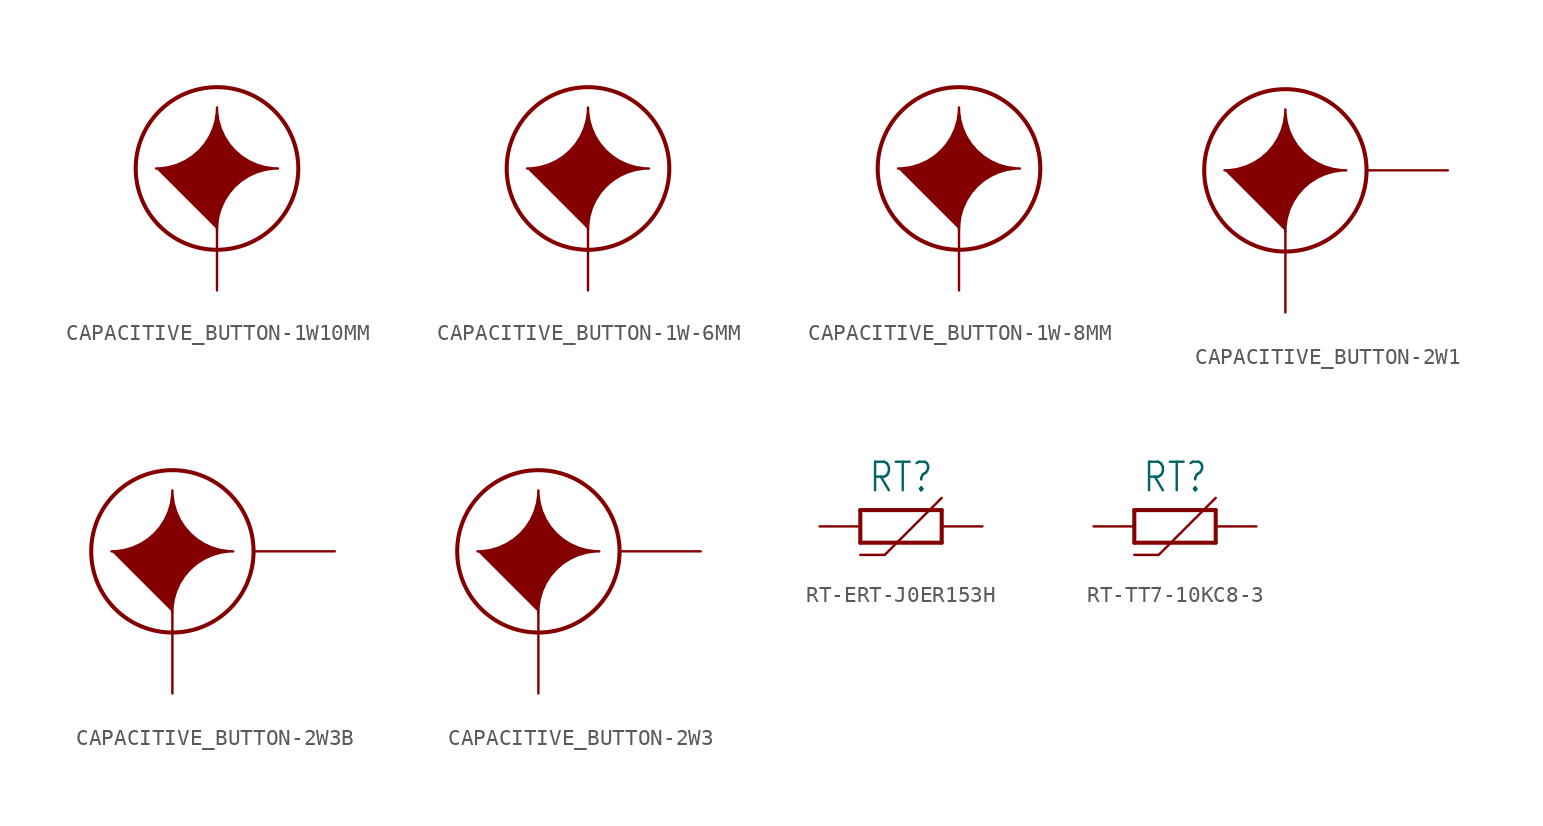
<source format=kicad_sym>
(kicad_symbol_lib
  (version 20231120)
  (generator "kicad_symbol_editor")
  (generator_version "8.0")
  (symbol "CAPACITIVE_BUTTON-1W10MM"
    (property "Reference" "SW"
      (at 0 0 0)
      (effects (font (size 1.27 1.27)) (hide yes)))
    (property "ki_locked" ""
      (at 0 0 0)
      (effects (font (size 1.27 1.27))))
    (symbol "CAPACITIVE_BUTTON-1W10MM_1_0"
      (polyline (pts (xy 0 -3.81) (xy 0.005 -3.538) (xy 0.082 -2.999) (xy 0.236 -2.477) (xy 0.462 -1.982) (xy 0.756 -1.524) (xy 1.113 -1.113) (xy 1.524 -0.756) (xy 1.982 -0.462) (xy 2.477 -0.236) (xy 2.999 -0.082) (xy 3.538 -0.005) (xy 3.81 0) (xy 3.538 0.005) (xy 2.999 0.082) (xy 2.477 0.236) (xy 1.982 0.462) (xy 1.524 0.756) (xy 1.113 1.113) (xy 0.756 1.524) (xy 0.462 1.982) (xy 0.236 2.477) (xy 0.082 2.999) (xy 0.005 3.538) (xy 0 3.81) (xy -0.005 3.538) (xy -0.082 2.999) (xy -0.235 2.477) (xy -0.462 1.982) (xy -0.756 1.524) (xy -1.112 1.112) (xy -1.524 0.756) (xy -1.982 0.462) (xy -2.477 0.235) (xy -2.999 0.082) (xy -3.538 0.005) (xy -3.81 0)) (stroke (width 0.152) (type solid)) (fill (type outline)))
      (circle (center 0 0) (radius 5.08) (stroke (width 0.254) (type solid)) (fill (type none)))
      (pin bidirectional line (at 0 -7.62 90) (length 5.08) (name "TB" (effects (font (size 0 0)))) (number "TCH" (effects (font (size 0 0)))))))
  (symbol "CAPACITIVE_BUTTON-1W-6MM"
    (property "Reference" "SW"
      (at 0 0 0)
      (effects (font (size 1.27 1.27)) (hide yes)))
    (property "ki_locked" ""
      (at 0 0 0)
      (effects (font (size 1.27 1.27))))
    (symbol "CAPACITIVE_BUTTON-1W-6MM_1_0"
      (polyline (pts (xy 0 -3.81) (xy 0.005 -3.538) (xy 0.082 -2.999) (xy 0.236 -2.477) (xy 0.462 -1.982) (xy 0.756 -1.524) (xy 1.113 -1.113) (xy 1.524 -0.756) (xy 1.982 -0.462) (xy 2.477 -0.236) (xy 2.999 -0.082) (xy 3.538 -0.005) (xy 3.81 0) (xy 3.538 0.005) (xy 2.999 0.082) (xy 2.477 0.236) (xy 1.982 0.462) (xy 1.524 0.756) (xy 1.113 1.113) (xy 0.756 1.524) (xy 0.462 1.982) (xy 0.236 2.477) (xy 0.082 2.999) (xy 0.005 3.538) (xy 0 3.81) (xy -0.005 3.538) (xy -0.082 2.999) (xy -0.235 2.477) (xy -0.462 1.982) (xy -0.756 1.524) (xy -1.112 1.112) (xy -1.524 0.756) (xy -1.982 0.462) (xy -2.477 0.235) (xy -2.999 0.082) (xy -3.538 0.005) (xy -3.81 0)) (stroke (width 0.152) (type solid)) (fill (type outline)))
      (circle (center 0 0) (radius 5.08) (stroke (width 0.254) (type solid)) (fill (type none)))
      (pin bidirectional line (at 0 -7.62 90) (length 5.08) (name "TB" (effects (font (size 0 0)))) (number "TCH" (effects (font (size 0 0)))))))
  (symbol "CAPACITIVE_BUTTON-1W-8MM"
    (property "Reference" "SW"
      (at 0 0 0)
      (effects (font (size 1.27 1.27)) (hide yes)))
    (property "ki_locked" ""
      (at 0 0 0)
      (effects (font (size 1.27 1.27))))
    (symbol "CAPACITIVE_BUTTON-1W-8MM_1_0"
      (polyline (pts (xy 0 -3.81) (xy 0.005 -3.538) (xy 0.082 -2.999) (xy 0.236 -2.477) (xy 0.462 -1.982) (xy 0.756 -1.524) (xy 1.113 -1.113) (xy 1.524 -0.756) (xy 1.982 -0.462) (xy 2.477 -0.236) (xy 2.999 -0.082) (xy 3.538 -0.005) (xy 3.81 0) (xy 3.538 0.005) (xy 2.999 0.082) (xy 2.477 0.236) (xy 1.982 0.462) (xy 1.524 0.756) (xy 1.113 1.113) (xy 0.756 1.524) (xy 0.462 1.982) (xy 0.236 2.477) (xy 0.082 2.999) (xy 0.005 3.538) (xy 0 3.81) (xy -0.005 3.538) (xy -0.082 2.999) (xy -0.235 2.477) (xy -0.462 1.982) (xy -0.756 1.524) (xy -1.112 1.112) (xy -1.524 0.756) (xy -1.982 0.462) (xy -2.477 0.235) (xy -2.999 0.082) (xy -3.538 0.005) (xy -3.81 0)) (stroke (width 0.152) (type solid)) (fill (type outline)))
      (circle (center 0 0) (radius 5.08) (stroke (width 0.254) (type solid)) (fill (type none)))
      (pin bidirectional line (at 0 -7.62 90) (length 5.08) (name "TB" (effects (font (size 0 0)))) (number "TCH" (effects (font (size 0 0)))))))
  (symbol "CAPACITIVE_BUTTON-2W1"
    (property "Reference" "SW"
      (at 0 0 0)
      (effects (font (size 1.27 1.27)) (hide yes)))
    (property "ki_locked" ""
      (at 0 0 0)
      (effects (font (size 1.27 1.27))))
    (symbol "CAPACITIVE_BUTTON-2W1_1_0"
      (polyline (pts (xy 0 -3.81) (xy 0.005 -3.538) (xy 0.082 -2.999) (xy 0.236 -2.477) (xy 0.462 -1.982) (xy 0.756 -1.524) (xy 1.113 -1.113) (xy 1.524 -0.756) (xy 1.982 -0.462) (xy 2.477 -0.236) (xy 2.999 -0.082) (xy 3.538 -0.005) (xy 3.81 0) (xy 3.538 0.005) (xy 2.999 0.082) (xy 2.477 0.236) (xy 1.982 0.462) (xy 1.524 0.756) (xy 1.113 1.113) (xy 0.756 1.524) (xy 0.462 1.982) (xy 0.236 2.477) (xy 0.082 2.999) (xy 0.005 3.538) (xy 0 3.81) (xy -0.005 3.538) (xy -0.082 2.999) (xy -0.235 2.477) (xy -0.462 1.982) (xy -0.756 1.524) (xy -1.112 1.112) (xy -1.524 0.756) (xy -1.982 0.462) (xy -2.477 0.235) (xy -2.999 0.082) (xy -3.538 0.005) (xy -3.81 0)) (stroke (width 0.152) (type solid)) (fill (type outline)))
      (circle (center 0 0) (radius 5.08) (stroke (width 0.254) (type solid)) (fill (type none)))
      (pin bidirectional line (at 0 -8.89 90) (length 5.08) (name "RX" (effects (font (size 0 0)))) (number "RX" (effects (font (size 0 0)))))
      (pin bidirectional line (at 10.16 0 180) (length 5.08) (name "TX" (effects (font (size 0 0)))) (number "TX" (effects (font (size 0 0)))))))
  (symbol "CAPACITIVE_BUTTON-2W3B"
    (property "Reference" "SW"
      (at 0 0 0)
      (effects (font (size 1.27 1.27)) (hide yes)))
    (property "ki_locked" ""
      (at 0 0 0)
      (effects (font (size 1.27 1.27))))
    (symbol "CAPACITIVE_BUTTON-2W3B_1_0"
      (polyline (pts (xy 0 -3.81) (xy 0.005 -3.538) (xy 0.082 -2.999) (xy 0.236 -2.477) (xy 0.462 -1.982) (xy 0.756 -1.524) (xy 1.113 -1.113) (xy 1.524 -0.756) (xy 1.982 -0.462) (xy 2.477 -0.236) (xy 2.999 -0.082) (xy 3.538 -0.005) (xy 3.81 0) (xy 3.538 0.005) (xy 2.999 0.082) (xy 2.477 0.236) (xy 1.982 0.462) (xy 1.524 0.756) (xy 1.113 1.113) (xy 0.756 1.524) (xy 0.462 1.982) (xy 0.236 2.477) (xy 0.082 2.999) (xy 0.005 3.538) (xy 0 3.81) (xy -0.005 3.538) (xy -0.082 2.999) (xy -0.235 2.477) (xy -0.462 1.982) (xy -0.756 1.524) (xy -1.112 1.112) (xy -1.524 0.756) (xy -1.982 0.462) (xy -2.477 0.235) (xy -2.999 0.082) (xy -3.538 0.005) (xy -3.81 0)) (stroke (width 0.152) (type solid)) (fill (type outline)))
      (circle (center 0 0) (radius 5.08) (stroke (width 0.254) (type solid)) (fill (type none)))
      (pin bidirectional line (at 0 -8.89 90) (length 5.08) (name "RX" (effects (font (size 0 0)))) (number "RX" (effects (font (size 0 0)))))
      (pin bidirectional line (at 10.16 0 180) (length 5.08) (name "TX" (effects (font (size 0 0)))) (number "TX" (effects (font (size 0 0)))))))
  (symbol "CAPACITIVE_BUTTON-2W3"
    (property "Reference" "SW"
      (at 0 0 0)
      (effects (font (size 1.27 1.27)) (hide yes)))
    (property "ki_locked" ""
      (at 0 0 0)
      (effects (font (size 1.27 1.27))))
    (symbol "CAPACITIVE_BUTTON-2W3_1_0"
      (polyline (pts (xy 0 -3.81) (xy 0.005 -3.538) (xy 0.082 -2.999) (xy 0.236 -2.477) (xy 0.462 -1.982) (xy 0.756 -1.524) (xy 1.113 -1.113) (xy 1.524 -0.756) (xy 1.982 -0.462) (xy 2.477 -0.236) (xy 2.999 -0.082) (xy 3.538 -0.005) (xy 3.81 0) (xy 3.538 0.005) (xy 2.999 0.082) (xy 2.477 0.236) (xy 1.982 0.462) (xy 1.524 0.756) (xy 1.113 1.113) (xy 0.756 1.524) (xy 0.462 1.982) (xy 0.236 2.477) (xy 0.082 2.999) (xy 0.005 3.538) (xy 0 3.81) (xy -0.005 3.538) (xy -0.082 2.999) (xy -0.235 2.477) (xy -0.462 1.982) (xy -0.756 1.524) (xy -1.112 1.112) (xy -1.524 0.756) (xy -1.982 0.462) (xy -2.477 0.235) (xy -2.999 0.082) (xy -3.538 0.005) (xy -3.81 0)) (stroke (width 0.152) (type solid)) (fill (type outline)))
      (circle (center 0 0) (radius 5.08) (stroke (width 0.254) (type solid)) (fill (type none)))
      (pin bidirectional line (at 0 -8.89 90) (length 5.08) (name "RX" (effects (font (size 0 0)))) (number "RX" (effects (font (size 0 0)))))
      (pin bidirectional line (at 10.16 0 180) (length 5.08) (name "TX" (effects (font (size 0 0)))) (number "TX" (effects (font (size 0 0)))))))
  (symbol "RT-ERT-J0ER153H"
    (property "Reference" "RT"
      (at 0 2.032 0)
      (effects (font (size 1.778 1.511)) (justify bottom)))
    (property "Value" ""
      (at 0 -2.032 0)
      (effects (font (size 1.778 1.511)) (justify top)))
    (property "ki_locked" ""
      (at 0 0 0)
      (effects (font (size 1.27 1.27))))
    (symbol "RT-ERT-J0ER153H_1_0"
      (polyline (pts (xy -2.54 -1.778) (xy -1.016 -1.778)) (stroke (width 0.152) (type solid)) (fill (type none)))
      (polyline (pts (xy -2.54 -1.016) (xy -2.54 1.016)) (stroke (width 0.254) (type solid)) (fill (type none)))
      (polyline (pts (xy -2.54 1.016) (xy 2.54 1.016)) (stroke (width 0.254) (type solid)) (fill (type none)))
      (polyline (pts (xy -1.016 -1.778) (xy 2.54 1.778)) (stroke (width 0.152) (type solid)) (fill (type none)))
      (polyline (pts (xy 2.54 -1.016) (xy -2.54 -1.016)) (stroke (width 0.254) (type solid)) (fill (type none)))
      (polyline (pts (xy 2.54 1.016) (xy 2.54 -1.016)) (stroke (width 0.254) (type solid)) (fill (type none)))
      (pin passive line (at -5.08 0 0) (length 2.54) (name "1" (effects (font (size 0 0)))) (number "1" (effects (font (size 0 0)))))
      (pin passive line (at 5.08 0 180) (length 2.54) (name "2" (effects (font (size 0 0)))) (number "2" (effects (font (size 0 0)))))))
  (symbol "RT-TT7-10KC8-3"
    (property "Reference" "RT"
      (at 0 2.032 0)
      (effects (font (size 1.778 1.511)) (justify bottom)))
    (property "Value" ""
      (at 0 -2.032 0)
      (effects (font (size 1.778 1.511)) (justify top)))
    (property "ki_locked" ""
      (at 0 0 0)
      (effects (font (size 1.27 1.27))))
    (symbol "RT-TT7-10KC8-3_1_0"
      (polyline (pts (xy -2.54 -1.778) (xy -1.016 -1.778)) (stroke (width 0.152) (type solid)) (fill (type none)))
      (polyline (pts (xy -2.54 -1.016) (xy -2.54 1.016)) (stroke (width 0.254) (type solid)) (fill (type none)))
      (polyline (pts (xy -2.54 1.016) (xy 2.54 1.016)) (stroke (width 0.254) (type solid)) (fill (type none)))
      (polyline (pts (xy -1.016 -1.778) (xy 2.54 1.778)) (stroke (width 0.152) (type solid)) (fill (type none)))
      (polyline (pts (xy 2.54 -1.016) (xy -2.54 -1.016)) (stroke (width 0.254) (type solid)) (fill (type none)))
      (polyline (pts (xy 2.54 1.016) (xy 2.54 -1.016)) (stroke (width 0.254) (type solid)) (fill (type none)))
      (pin passive line (at -5.08 0 0) (length 2.54) (name "1" (effects (font (size 0 0)))) (number "1" (effects (font (size 0 0)))))
      (pin passive line (at 5.08 0 180) (length 2.54) (name "2" (effects (font (size 0 0)))) (number "2" (effects (font (size 0 0))))))))
</source>
